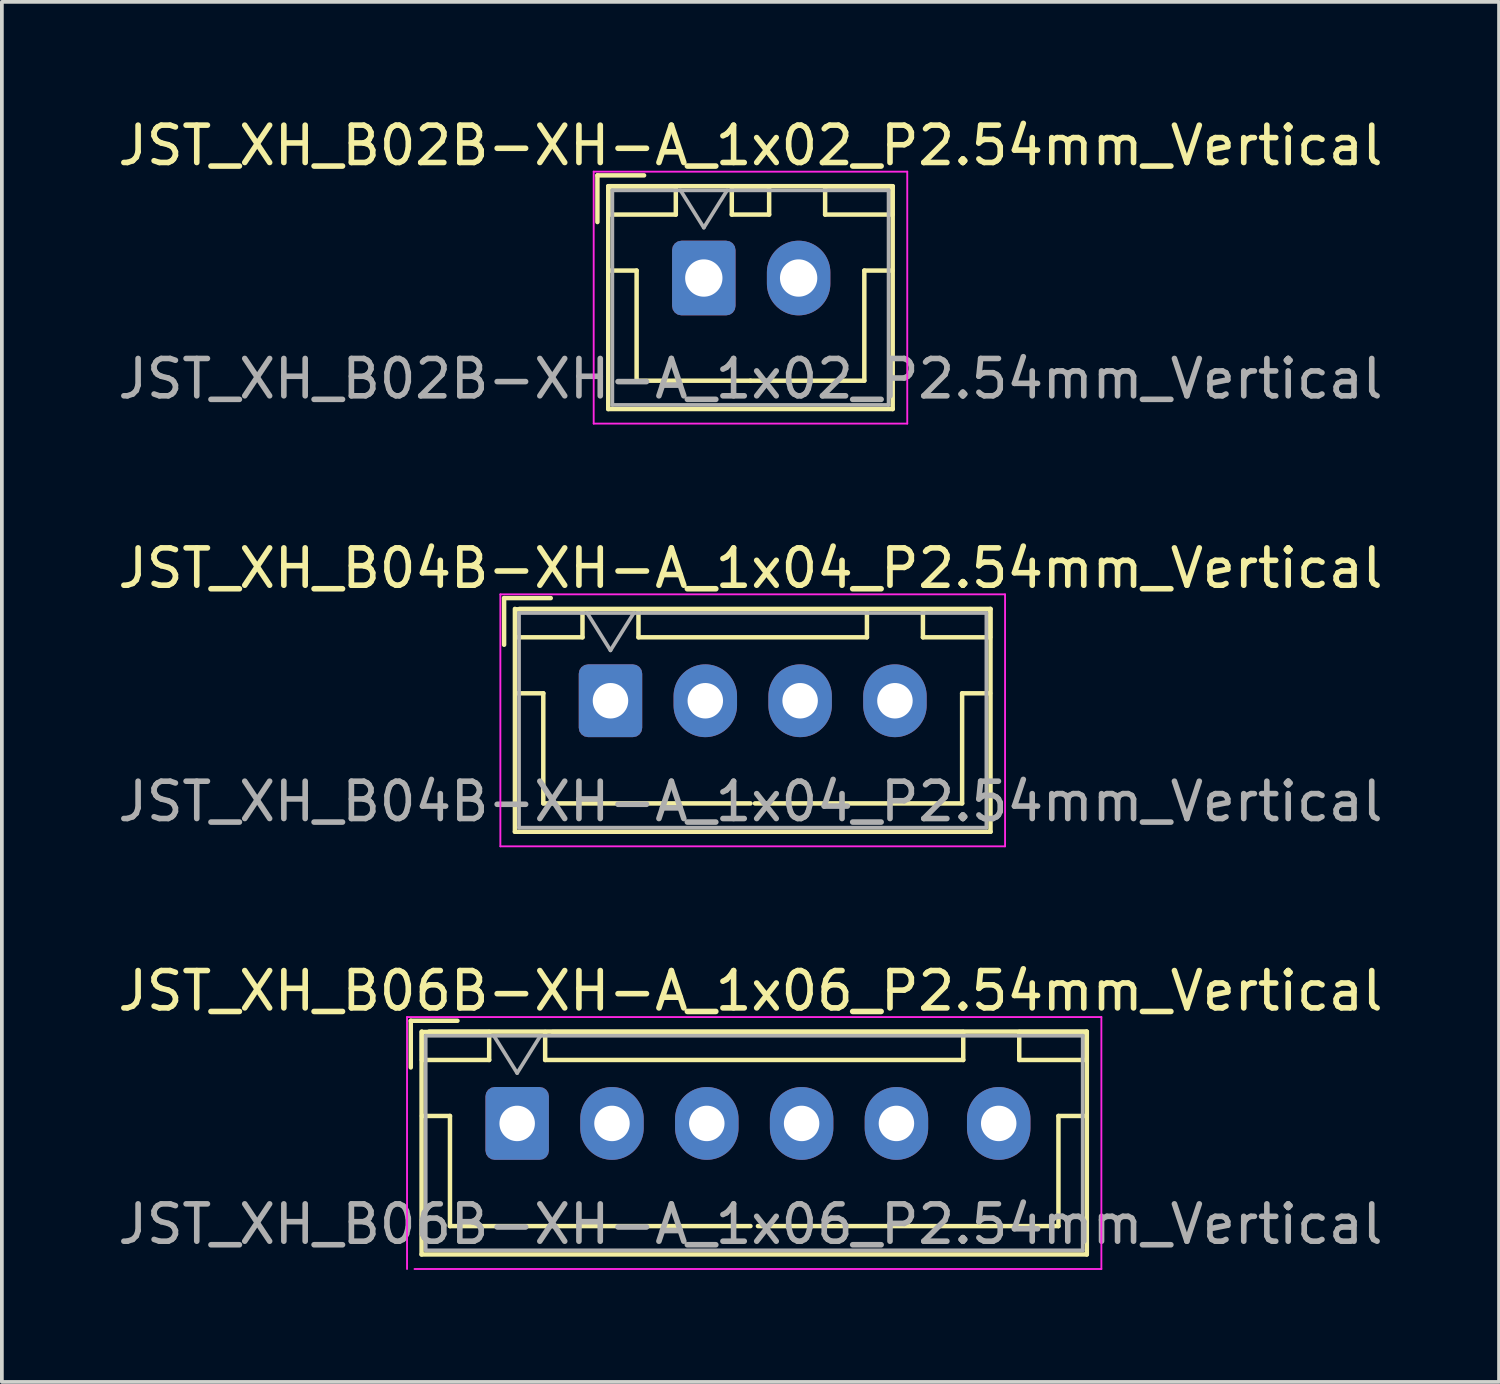
<source format=kicad_pcb>
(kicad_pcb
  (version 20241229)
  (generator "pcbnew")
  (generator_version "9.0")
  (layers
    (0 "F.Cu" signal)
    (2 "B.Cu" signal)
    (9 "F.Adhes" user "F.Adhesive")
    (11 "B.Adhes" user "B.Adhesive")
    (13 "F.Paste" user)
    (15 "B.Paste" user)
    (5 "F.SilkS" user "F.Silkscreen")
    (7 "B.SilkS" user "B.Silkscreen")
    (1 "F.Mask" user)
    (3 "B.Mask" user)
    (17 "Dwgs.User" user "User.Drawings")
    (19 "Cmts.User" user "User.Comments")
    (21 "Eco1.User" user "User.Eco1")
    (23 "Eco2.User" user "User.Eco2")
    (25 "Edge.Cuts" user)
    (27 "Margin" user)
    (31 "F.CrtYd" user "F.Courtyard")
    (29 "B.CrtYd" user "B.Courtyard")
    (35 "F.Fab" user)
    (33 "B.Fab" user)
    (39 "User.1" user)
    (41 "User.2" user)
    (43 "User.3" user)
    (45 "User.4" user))
  (footprint "JST_XH_B04B-XH-A_1x04_P2.54mm_Vertical"
    (layer "F.Cu")
    (at 13.304 15.722)
    (property "Reference" "JST_XH_B04B-XH-A_1x04_P2.54mm_Vertical" (at 3.75 -3.55 0) (layer "F.SilkS") (effects (font (size 1 1) (thickness 0.15))))
    (attr through_hole)
    (fp_line (start -2.85 -2.75) (end -2.85 -1.5) (stroke (width 0.12) (type solid)) (layer "F.SilkS"))
    (fp_line (start -2.56 -2.46) (end -2.56 3.51) (stroke (width 0.12) (type solid)) (layer "F.SilkS"))
    (fp_line (start -2.56 3.51) (end 10.18 3.51) (stroke (width 0.12) (type solid)) (layer "F.SilkS"))
    (fp_line (start -2.55 -2.45) (end -2.55 -1.7) (stroke (width 0.12) (type solid)) (layer "F.SilkS"))
    (fp_line (start -2.55 -1.7) (end -0.75 -1.7) (stroke (width 0.12) (type solid)) (layer "F.SilkS"))
    (fp_line (start -2.55 -0.2) (end -1.8 -0.2) (stroke (width 0.12) (type solid)) (layer "F.SilkS"))
    (fp_line (start -1.8 -0.2) (end -1.8 2.75) (stroke (width 0.12) (type solid)) (layer "F.SilkS"))
    (fp_line (start -1.8 2.75) (end 3.75 2.75) (stroke (width 0.12) (type solid)) (layer "F.SilkS"))
    (fp_line (start -1.6 -2.75) (end -2.85 -2.75) (stroke (width 0.12) (type solid)) (layer "F.SilkS"))
    (fp_line (start -0.75 -2.45) (end -2.55 -2.45) (stroke (width 0.12) (type solid)) (layer "F.SilkS"))
    (fp_line (start -0.75 -1.7) (end -0.75 -2.45) (stroke (width 0.12) (type solid)) (layer "F.SilkS"))
    (fp_line (start 0.75 -2.45) (end 0.75 -1.7) (stroke (width 0.12) (type solid)) (layer "F.SilkS"))
    (fp_line (start 0.75 -1.7) (end 6.87 -1.7) (stroke (width 0.12) (type solid)) (layer "F.SilkS"))
    (fp_line (start 6.87 -2.45) (end 0.87 -2.45) (stroke (width 0.12) (type solid)) (layer "F.SilkS"))
    (fp_line (start 6.87 -1.7) (end 6.87 -2.45) (stroke (width 0.12) (type solid)) (layer "F.SilkS"))
    (fp_line (start 8.37 -2.45) (end 8.37 -1.7) (stroke (width 0.12) (type solid)) (layer "F.SilkS"))
    (fp_line (start 8.37 -1.7) (end 10.17 -1.7) (stroke (width 0.12) (type solid)) (layer "F.SilkS"))
    (fp_line (start 9.42 -0.2) (end 9.42 2.75) (stroke (width 0.12) (type solid)) (layer "F.SilkS"))
    (fp_line (start 9.42 2.75) (end 3.87 2.75) (stroke (width 0.12) (type solid)) (layer "F.SilkS"))
    (fp_line (start 10.17 -2.45) (end 8.37 -2.45) (stroke (width 0.12) (type solid)) (layer "F.SilkS"))
    (fp_line (start 10.17 -1.7) (end 10.17 -2.45) (stroke (width 0.12) (type solid)) (layer "F.SilkS"))
    (fp_line (start 10.17 -0.2) (end 9.42 -0.2) (stroke (width 0.12) (type solid)) (layer "F.SilkS"))
    (fp_line (start 10.18 -2.46) (end -2.44 -2.46) (stroke (width 0.12) (type solid)) (layer "F.SilkS"))
    (fp_line (start 10.18 3.51) (end 10.18 -2.46) (stroke (width 0.12) (type solid)) (layer "F.SilkS"))
    (fp_line (start -2.95 -2.85) (end -2.95 3.9) (stroke (width 0.05) (type solid)) (layer "F.CrtYd"))
    (fp_line (start -2.95 3.9) (end 10.57 3.9) (stroke (width 0.05) (type solid)) (layer "F.CrtYd"))
    (fp_line (start 10.57 -2.85) (end -2.95 -2.85) (stroke (width 0.05) (type solid)) (layer "F.CrtYd"))
    (fp_line (start 10.57 3.9) (end 10.57 -2.85) (stroke (width 0.05) (type solid)) (layer "F.CrtYd"))
    (fp_line (start -2.45 -2.35) (end -2.45 3.4) (stroke (width 0.1) (type solid)) (layer "F.Fab"))
    (fp_line (start -2.45 3.4) (end 10.07 3.4) (stroke (width 0.1) (type solid)) (layer "F.Fab"))
    (fp_line (start -0.625 -2.35) (end 0 -1.35) (stroke (width 0.1) (type solid)) (layer "F.Fab"))
    (fp_line (start 0 -1.35) (end 0.625 -2.35) (stroke (width 0.1) (type solid)) (layer "F.Fab"))
    (fp_line (start 10.07 -2.35) (end -2.45 -2.35) (stroke (width 0.1) (type solid)) (layer "F.Fab"))
    (fp_line (start 10.07 3.4) (end 10.07 -2.35) (stroke (width 0.1) (type solid)) (layer "F.Fab"))
    (fp_text user "${REFERENCE}" (at 3.75 2.7 0) (layer "F.Fab") (effects (font (size 1 1) (thickness 0.15))))
    (pad "1" thru_hole roundrect (at 0 0) (size 1.7 1.95) (drill 0.95) (layers "*.Cu" "*.Mask") (roundrect_rratio 0.147))
    (pad "2" thru_hole oval (at 2.54 0) (size 1.7 1.95) (drill 0.95) (layers "*.Cu" "*.Mask"))
    (pad "3" thru_hole oval (at 5.08 0) (size 1.7 1.95) (drill 0.95) (layers "*.Cu" "*.Mask"))
    (pad "4" thru_hole oval (at 7.62 0 180) (size 1.7 1.95) (drill 0.95) (layers "*.Cu" "*.Mask")))
  (footprint "JST_XH_B06B-XH-A_1x06_P2.54mm_Vertical"
    (layer "F.Cu")
    (at 10.804 27.045)
    (property "Reference" "JST_XH_B06B-XH-A_1x06_P2.54mm_Vertical" (at 6.25 -3.55 0) (layer "F.SilkS") (effects (font (size 1 1) (thickness 0.15))))
    (attr through_hole)
    (fp_line (start -2.85 -2.75) (end -2.85 -1.5) (stroke (width 0.12) (type solid)) (layer "F.SilkS"))
    (fp_line (start -2.56 -2.46) (end -2.56 3.51) (stroke (width 0.12) (type solid)) (layer "F.SilkS"))
    (fp_line (start -2.56 3.51) (end 15.26 3.51) (stroke (width 0.12) (type solid)) (layer "F.SilkS"))
    (fp_line (start -2.55 -2.45) (end -2.55 -1.7) (stroke (width 0.12) (type solid)) (layer "F.SilkS"))
    (fp_line (start -2.55 -1.7) (end -0.75 -1.7) (stroke (width 0.12) (type solid)) (layer "F.SilkS"))
    (fp_line (start -2.55 -0.2) (end -1.8 -0.2) (stroke (width 0.12) (type solid)) (layer "F.SilkS"))
    (fp_line (start -1.8 -0.2) (end -1.8 2.75) (stroke (width 0.12) (type solid)) (layer "F.SilkS"))
    (fp_line (start -1.8 2.75) (end 6.25 2.75) (stroke (width 0.12) (type solid)) (layer "F.SilkS"))
    (fp_line (start -1.6 -2.75) (end -2.85 -2.75) (stroke (width 0.12) (type solid)) (layer "F.SilkS"))
    (fp_line (start -0.75 -2.45) (end -2.55 -2.45) (stroke (width 0.12) (type solid)) (layer "F.SilkS"))
    (fp_line (start -0.75 -1.7) (end -0.75 -2.45) (stroke (width 0.12) (type solid)) (layer "F.SilkS"))
    (fp_line (start 0.75 -2.45) (end 0.75 -1.7) (stroke (width 0.12) (type solid)) (layer "F.SilkS"))
    (fp_line (start 0.75 -1.7) (end 11.95 -1.7) (stroke (width 0.12) (type solid)) (layer "F.SilkS"))
    (fp_line (start 11.95 -2.45) (end 0.95 -2.45) (stroke (width 0.12) (type solid)) (layer "F.SilkS"))
    (fp_line (start 11.95 -1.7) (end 11.95 -2.45) (stroke (width 0.12) (type solid)) (layer "F.SilkS"))
    (fp_line (start 13.45 -2.45) (end 13.45 -1.7) (stroke (width 0.12) (type solid)) (layer "F.SilkS"))
    (fp_line (start 13.45 -1.7) (end 15.25 -1.7) (stroke (width 0.12) (type solid)) (layer "F.SilkS"))
    (fp_line (start 14.5 -0.2) (end 14.5 2.75) (stroke (width 0.12) (type solid)) (layer "F.SilkS"))
    (fp_line (start 14.5 2.75) (end 6.45 2.75) (stroke (width 0.12) (type solid)) (layer "F.SilkS"))
    (fp_line (start 15.25 -2.45) (end 13.45 -2.45) (stroke (width 0.12) (type solid)) (layer "F.SilkS"))
    (fp_line (start 15.25 -1.7) (end 15.25 -2.45) (stroke (width 0.12) (type solid)) (layer "F.SilkS"))
    (fp_line (start 15.25 -0.2) (end 14.5 -0.2) (stroke (width 0.12) (type solid)) (layer "F.SilkS"))
    (fp_line (start 15.26 -2.46) (end -2.36 -2.46) (stroke (width 0.12) (type solid)) (layer "F.SilkS"))
    (fp_line (start 15.26 3.51) (end 15.26 -2.46) (stroke (width 0.12) (type solid)) (layer "F.SilkS"))
    (fp_line (start -2.95 -2.85) (end -2.95 3.9) (stroke (width 0.05) (type solid)) (layer "F.CrtYd"))
    (fp_line (start -2.75 3.9) (end 15.65 3.9) (stroke (width 0.05) (type solid)) (layer "F.CrtYd"))
    (fp_line (start 15.65 -2.85) (end -2.95 -2.85) (stroke (width 0.05) (type solid)) (layer "F.CrtYd"))
    (fp_line (start 15.65 3.9) (end 15.65 -2.85) (stroke (width 0.05) (type solid)) (layer "F.CrtYd"))
    (fp_line (start -2.45 -2.35) (end -2.45 3.4) (stroke (width 0.1) (type solid)) (layer "F.Fab"))
    (fp_line (start -2.45 3.4) (end 15.15 3.4) (stroke (width 0.1) (type solid)) (layer "F.Fab"))
    (fp_line (start -0.625 -2.35) (end 0 -1.35) (stroke (width 0.1) (type solid)) (layer "F.Fab"))
    (fp_line (start 0 -1.35) (end 0.625 -2.35) (stroke (width 0.1) (type solid)) (layer "F.Fab"))
    (fp_line (start 15.15 -2.35) (end -2.45 -2.35) (stroke (width 0.1) (type solid)) (layer "F.Fab"))
    (fp_line (start 15.15 3.4) (end 15.15 -2.35) (stroke (width 0.1) (type solid)) (layer "F.Fab"))
    (fp_text user "${REFERENCE}" (at 6.25 2.7 0) (layer "F.Fab") (effects (font (size 1 1) (thickness 0.15))))
    (pad "1" thru_hole roundrect (at 0 0) (size 1.7 1.95) (drill 0.95) (layers "*.Cu" "*.Mask") (roundrect_rratio 0.147))
    (pad "2" thru_hole oval (at 2.54 0) (size 1.7 1.95) (drill 0.95) (layers "*.Cu" "*.Mask"))
    (pad "3" thru_hole oval (at 5.08 0) (size 1.7 1.95) (drill 0.95) (layers "*.Cu" "*.Mask"))
    (pad "4" thru_hole oval (at 7.62 0) (size 1.7 1.95) (drill 0.95) (layers "*.Cu" "*.Mask"))
    (pad "5" thru_hole oval (at 10.16 0) (size 1.7 1.95) (drill 0.95) (layers "*.Cu" "*.Mask"))
    (pad "6" thru_hole oval (at 12.9 0) (size 1.7 1.95) (drill 0.95) (layers "*.Cu" "*.Mask")))
  (footprint "JST_XH_B02B-XH-A_1x02_P2.54mm_Vertical"
    (layer "F.Cu")
    (at 15.804 4.398)
    (property "Reference" "JST_XH_B02B-XH-A_1x02_P2.54mm_Vertical" (at 1.25 -3.55 0) (layer "F.SilkS") (effects (font (size 1 1) (thickness 0.15))))
    (attr through_hole)
    (fp_line (start -2.85 -2.75) (end -2.85 -1.5) (stroke (width 0.12) (type solid)) (layer "F.SilkS"))
    (fp_line (start -2.56 -2.46) (end -2.56 3.51) (stroke (width 0.12) (type solid)) (layer "F.SilkS"))
    (fp_line (start -2.56 3.51) (end 5.06 3.51) (stroke (width 0.12) (type solid)) (layer "F.SilkS"))
    (fp_line (start -2.55 -2.45) (end -2.55 -1.7) (stroke (width 0.12) (type solid)) (layer "F.SilkS"))
    (fp_line (start -2.55 -1.7) (end -0.75 -1.7) (stroke (width 0.12) (type solid)) (layer "F.SilkS"))
    (fp_line (start -2.55 -0.2) (end -1.8 -0.2) (stroke (width 0.12) (type solid)) (layer "F.SilkS"))
    (fp_line (start -1.8 -0.2) (end -1.8 2.75) (stroke (width 0.12) (type solid)) (layer "F.SilkS"))
    (fp_line (start -1.8 2.75) (end 1.25 2.75) (stroke (width 0.12) (type solid)) (layer "F.SilkS"))
    (fp_line (start -1.6 -2.75) (end -2.85 -2.75) (stroke (width 0.12) (type solid)) (layer "F.SilkS"))
    (fp_line (start -0.75 -2.45) (end -2.55 -2.45) (stroke (width 0.12) (type solid)) (layer "F.SilkS"))
    (fp_line (start -0.75 -1.7) (end -0.75 -2.45) (stroke (width 0.12) (type solid)) (layer "F.SilkS"))
    (fp_line (start 0.75 -2.45) (end 0.75 -1.7) (stroke (width 0.12) (type solid)) (layer "F.SilkS"))
    (fp_line (start 0.75 -1.7) (end 1.75 -1.7) (stroke (width 0.12) (type solid)) (layer "F.SilkS"))
    (fp_line (start 1.75 -2.45) (end 0.75 -2.45) (stroke (width 0.12) (type solid)) (layer "F.SilkS"))
    (fp_line (start 1.75 -1.7) (end 1.75 -2.45) (stroke (width 0.12) (type solid)) (layer "F.SilkS"))
    (fp_line (start 3.25 -2.45) (end 3.25 -1.7) (stroke (width 0.12) (type solid)) (layer "F.SilkS"))
    (fp_line (start 3.25 -1.7) (end 5.05 -1.7) (stroke (width 0.12) (type solid)) (layer "F.SilkS"))
    (fp_line (start 4.3 -0.2) (end 4.3 2.75) (stroke (width 0.12) (type solid)) (layer "F.SilkS"))
    (fp_line (start 4.3 2.75) (end 1.25 2.75) (stroke (width 0.12) (type solid)) (layer "F.SilkS"))
    (fp_line (start 5.05 -2.45) (end 3.25 -2.45) (stroke (width 0.12) (type solid)) (layer "F.SilkS"))
    (fp_line (start 5.05 -1.7) (end 5.05 -2.45) (stroke (width 0.12) (type solid)) (layer "F.SilkS"))
    (fp_line (start 5.05 -0.2) (end 4.3 -0.2) (stroke (width 0.12) (type solid)) (layer "F.SilkS"))
    (fp_line (start 5.06 -2.46) (end -2.56 -2.46) (stroke (width 0.12) (type solid)) (layer "F.SilkS"))
    (fp_line (start 5.06 3.51) (end 5.06 -2.46) (stroke (width 0.12) (type solid)) (layer "F.SilkS"))
    (fp_line (start -2.95 -2.85) (end -2.95 3.9) (stroke (width 0.05) (type solid)) (layer "F.CrtYd"))
    (fp_line (start -2.95 3.9) (end 5.45 3.9) (stroke (width 0.05) (type solid)) (layer "F.CrtYd"))
    (fp_line (start 5.45 -2.85) (end -2.95 -2.85) (stroke (width 0.05) (type solid)) (layer "F.CrtYd"))
    (fp_line (start 5.45 3.9) (end 5.45 -2.85) (stroke (width 0.05) (type solid)) (layer "F.CrtYd"))
    (fp_line (start -2.45 -2.35) (end -2.45 3.4) (stroke (width 0.1) (type solid)) (layer "F.Fab"))
    (fp_line (start -2.45 3.4) (end 4.95 3.4) (stroke (width 0.1) (type solid)) (layer "F.Fab"))
    (fp_line (start -0.625 -2.35) (end 0 -1.35) (stroke (width 0.1) (type solid)) (layer "F.Fab"))
    (fp_line (start 0 -1.35) (end 0.625 -2.35) (stroke (width 0.1) (type solid)) (layer "F.Fab"))
    (fp_line (start 4.95 -2.35) (end -2.45 -2.35) (stroke (width 0.1) (type solid)) (layer "F.Fab"))
    (fp_line (start 4.95 3.4) (end 4.95 -2.35) (stroke (width 0.1) (type solid)) (layer "F.Fab"))
    (fp_text user "${REFERENCE}" (at 1.25 2.7 0) (layer "F.Fab") (effects (font (size 1 1) (thickness 0.15))))
    (pad "1" thru_hole roundrect (at 0 0) (size 1.7 2) (drill 1) (layers "*.Cu" "*.Mask") (roundrect_rratio 0.147))
    (pad "2" thru_hole oval (at 2.54 0) (size 1.7 2) (drill 1) (layers "*.Cu" "*.Mask")))
  (gr_rect
    (start -3 -3)
    (end 37.107 33.97)
    (stroke (width 0.1) (type default))
    (fill no)
    (layer "Edge.Cuts")))
</source>
